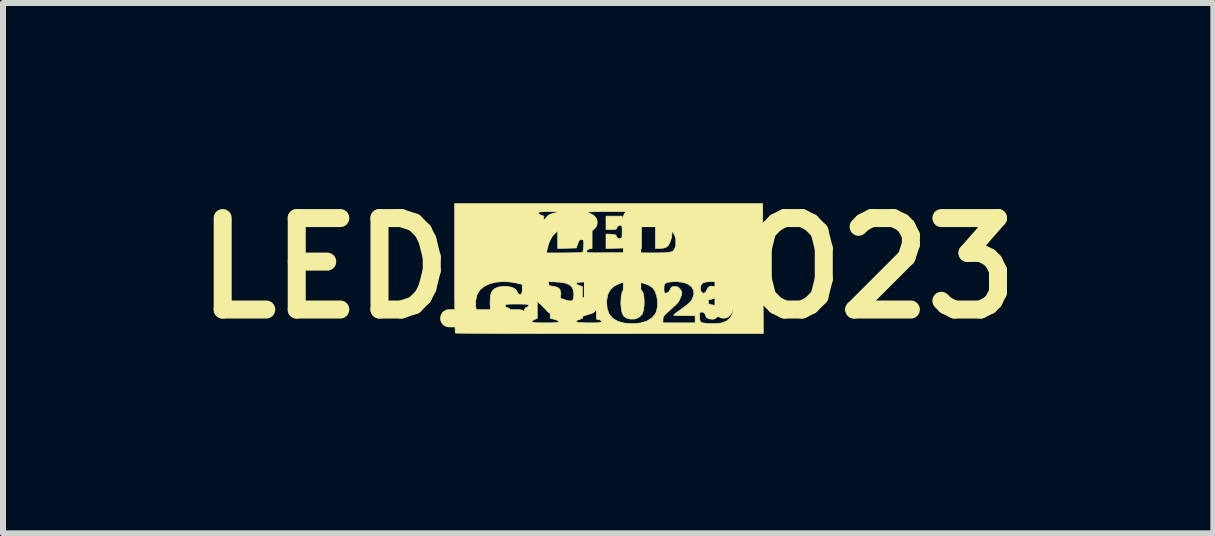
<source format=kicad_pcb>
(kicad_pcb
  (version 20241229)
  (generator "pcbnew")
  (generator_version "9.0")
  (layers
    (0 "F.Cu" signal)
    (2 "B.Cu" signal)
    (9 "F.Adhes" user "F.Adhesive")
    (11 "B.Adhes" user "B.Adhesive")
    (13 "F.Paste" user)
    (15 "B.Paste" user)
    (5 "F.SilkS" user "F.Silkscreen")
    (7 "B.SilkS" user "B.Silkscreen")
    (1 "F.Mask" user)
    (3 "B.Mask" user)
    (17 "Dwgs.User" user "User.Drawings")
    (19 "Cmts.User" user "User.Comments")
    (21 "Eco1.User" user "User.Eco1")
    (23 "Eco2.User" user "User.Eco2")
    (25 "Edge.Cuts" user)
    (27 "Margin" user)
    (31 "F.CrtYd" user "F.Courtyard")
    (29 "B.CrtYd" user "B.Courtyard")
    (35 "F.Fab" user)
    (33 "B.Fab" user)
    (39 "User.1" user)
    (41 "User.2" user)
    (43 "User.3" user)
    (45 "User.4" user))
  (footprint "LED_GPIO23"
    (layer "F.Cu")
    (at 7.083 1.418)
    (property "Reference" "LED_GPIO23" (at 0 0 0) (layer "F.SilkS") (effects (font (size 1.524 1.524) (thickness 0.3))))
    (attr through_hole)
    (fp_poly (pts (xy -0.901 0.304) (xy -0.841 0.321) (xy -0.804 0.354) (xy -0.789 0.409) (xy -0.788 0.434) (xy -0.799 0.499) (xy -0.833 0.544) (xy -0.888 0.566) (xy -0.913 0.568) (xy -0.966 0.568) (xy -0.966 0.295) (xy -0.901 0.304)) (stroke (width 0.01) (type solid)) (fill yes) (layer "F.SilkS"))
    (fp_poly (pts (xy 0.902 -0.857) (xy 0.966 -0.832) (xy 1.007 -0.797) (xy 1.009 -0.794) (xy 1.048 -0.705) (xy 1.065 -0.608) (xy 1.058 -0.516) (xy 1.055 -0.506) (xy 1.03 -0.43) (xy 1.002 -0.379) (xy 0.966 -0.348) (xy 0.915 -0.333) (xy 0.845 -0.329) (xy 0.787 -0.329) (xy 0.787 -0.867) (xy 0.829 -0.867) (xy 0.902 -0.857)) (stroke (width 0.01) (type solid)) (fill yes) (layer "F.SilkS"))
    (fp_poly (pts (xy 0.466 0.304) (xy 0.51 0.325) (xy 0.553 0.367) (xy 0.568 0.385) (xy 0.586 0.424) (xy 0.596 0.484) (xy 0.6 0.556) (xy 0.598 0.63) (xy 0.589 0.699) (xy 0.574 0.752) (xy 0.564 0.772) (xy 0.51 0.822) (xy 0.44 0.848) (xy 0.362 0.848) (xy 0.301 0.829) (xy 0.262 0.801) (xy 0.235 0.755) (xy 0.219 0.689) (xy 0.212 0.598) (xy 0.212 0.57) (xy 0.217 0.47) (xy 0.234 0.396) (xy 0.264 0.345) (xy 0.31 0.314) (xy 0.374 0.3) (xy 0.409 0.299) (xy 0.466 0.304)) (stroke (width 0.01) (type solid)) (fill yes) (layer "F.SilkS"))
    (fp_poly (pts (xy 2.58 0.007) (xy 2.585 1.09) (xy 0.026 1.091) (xy -0.274 1.091) (xy -0.564 1.09) (xy -0.842 1.09) (xy -1.107 1.09) (xy -1.355 1.089) (xy -1.586 1.089) (xy -1.796 1.088) (xy -1.985 1.087) (xy -2.15 1.086) (xy -2.289 1.085) (xy -2.4 1.084) (xy -2.481 1.083) (xy -2.531 1.082) (xy -2.546 1.081) (xy -2.548 1.065) (xy -2.55 1.021) (xy -2.551 0.952) (xy -2.553 0.861) (xy -2.554 0.749) (xy -2.556 0.619) (xy -2.556 0.583) (xy -2.207 0.583) (xy -2.206 0.646) (xy -2.198 0.69) (xy -2.181 0.726) (xy -2.161 0.755) (xy -2.095 0.826) (xy -2.018 0.877) (xy -1.926 0.909) (xy -1.815 0.924) (xy -1.681 0.922) (xy -1.567 0.911) (xy -1.501 0.901) (xy -1.448 0.89) (xy -1.419 0.879) (xy -1.419 0.879) (xy -1.404 0.852) (xy -1.396 0.798) (xy -1.395 0.762) (xy -1.394 0.707) (xy -1.389 0.676) (xy -1.377 0.66) (xy -1.359 0.653) (xy -1.33 0.637) (xy -1.324 0.621) (xy -1.328 0.611) (xy -1.346 0.604) (xy -1.383 0.6) (xy -1.445 0.598) (xy -1.52 0.598) (xy -1.607 0.598) (xy -1.663 0.6) (xy -1.696 0.604) (xy -1.712 0.611) (xy -1.717 0.622) (xy -1.717 0.626) (xy -1.702 0.652) (xy -1.677 0.66) (xy -1.654 0.666) (xy -1.641 0.683) (xy -1.634 0.717) (xy -1.631 0.75) (xy -1.63 0.798) (xy -1.635 0.826) (xy -1.649 0.839) (xy -1.664 0.844) (xy -1.724 0.85) (xy -1.794 0.842) (xy -1.856 0.823) (xy -1.891 0.802) (xy -1.928 0.764) (xy -1.951 0.723) (xy -1.963 0.672) (xy -1.967 0.603) (xy -1.968 0.578) (xy -1.964 0.491) (xy -1.953 0.426) (xy -1.931 0.38) (xy -1.897 0.346) (xy -1.883 0.337) (xy -1.824 0.314) (xy -1.753 0.304) (xy -1.679 0.305) (xy -1.61 0.318) (xy -1.556 0.341) (xy -1.526 0.373) (xy -1.523 0.381) (xy -1.505 0.421) (xy -1.476 0.44) (xy -1.457 0.438) (xy -1.439 0.42) (xy -1.432 0.376) (xy -1.431 0.351) (xy -1.431 0.271) (xy -1.514 0.251) (xy -1.284 0.251) (xy -1.274 0.269) (xy -1.239 0.287) (xy -1.236 0.288) (xy -1.181 0.305) (xy -1.181 0.837) (xy -1.225 0.854) (xy -1.258 0.873) (xy -1.27 0.891) (xy -1.262 0.9) (xy -1.236 0.906) (xy -1.187 0.91) (xy -1.109 0.911) (xy -1.046 0.911) (xy -0.95 0.911) (xy -0.884 0.908) (xy -0.844 0.904) (xy -0.826 0.897) (xy -0.823 0.891) (xy -0.834 0.879) (xy -0.535 0.879) (xy -0.533 0.889) (xy -0.528 0.895) (xy -0.505 0.903) (xy -0.451 0.908) (xy -0.37 0.911) (xy -0.312 0.911) (xy -0.222 0.911) (xy -0.162 0.909) (xy -0.126 0.904) (xy -0.11 0.897) (xy -0.107 0.889) (xy -0.123 0.869) (xy -0.152 0.858) (xy -0.197 0.848) (xy -0.197 0.575) (xy -0.025 0.575) (xy -0.016 0.675) (xy 0.012 0.755) (xy 0.062 0.82) (xy 0.095 0.849) (xy 0.17 0.889) (xy 0.269 0.915) (xy 0.385 0.924) (xy 0.51 0.917) (xy 0.545 0.911) (xy 0.912 0.911) (xy 1.449 0.911) (xy 1.449 0.792) (xy 1.27 0.792) (xy 1.195 0.791) (xy 1.135 0.789) (xy 1.099 0.786) (xy 1.091 0.783) (xy 1.103 0.769) (xy 1.522 0.769) (xy 1.524 0.817) (xy 1.524 0.818) (xy 1.528 0.867) (xy 1.537 0.893) (xy 1.554 0.906) (xy 1.583 0.913) (xy 1.661 0.922) (xy 1.752 0.924) (xy 1.839 0.92) (xy 1.899 0.911) (xy 1.975 0.879) (xy 2.034 0.828) (xy 2.069 0.765) (xy 2.075 0.725) (xy 2.07 0.679) (xy 2.051 0.643) (xy 2.012 0.604) (xy 1.976 0.57) (xy 1.961 0.55) (xy 1.966 0.534) (xy 1.983 0.517) (xy 2.023 0.461) (xy 2.035 0.398) (xy 2.019 0.336) (xy 1.979 0.283) (xy 1.931 0.254) (xy 1.867 0.235) (xy 1.788 0.225) (xy 1.706 0.224) (xy 1.632 0.23) (xy 1.58 0.246) (xy 1.578 0.247) (xy 1.55 0.277) (xy 1.537 0.318) (xy 1.538 0.361) (xy 1.553 0.397) (xy 1.58 0.417) (xy 1.592 0.418) (xy 1.621 0.405) (xy 1.636 0.377) (xy 1.66 0.328) (xy 1.695 0.303) (xy 1.727 0.299) (xy 1.78 0.311) (xy 1.813 0.348) (xy 1.824 0.408) (xy 1.825 0.412) (xy 1.821 0.455) (xy 1.807 0.48) (xy 1.775 0.499) (xy 1.772 0.5) (xy 1.726 0.516) (xy 1.69 0.523) (xy 1.69 0.523) (xy 1.669 0.532) (xy 1.667 0.563) (xy 1.667 0.564) (xy 1.675 0.59) (xy 1.696 0.605) (xy 1.742 0.613) (xy 1.75 0.614) (xy 1.811 0.626) (xy 1.845 0.649) (xy 1.858 0.691) (xy 1.86 0.722) (xy 1.848 0.772) (xy 1.816 0.816) (xy 1.773 0.845) (xy 1.74 0.851) (xy 1.676 0.844) (xy 1.638 0.822) (xy 1.62 0.783) (xy 1.607 0.748) (xy 1.584 0.734) (xy 1.563 0.732) (xy 1.538 0.734) (xy 1.526 0.744) (xy 1.522 0.769) (xy 1.103 0.769) (xy 1.104 0.769) (xy 1.135 0.743) (xy 1.157 0.727) (xy 1.238 0.668) (xy 1.297 0.624) (xy 1.338 0.59) (xy 1.366 0.562) (xy 1.386 0.537) (xy 1.397 0.521) (xy 1.427 0.444) (xy 1.426 0.375) (xy 1.393 0.315) (xy 1.334 0.268) (xy 1.249 0.237) (xy 1.142 0.224) (xy 1.128 0.224) (xy 1.062 0.227) (xy 1.003 0.234) (xy 0.976 0.241) (xy 0.949 0.255) (xy 0.935 0.275) (xy 0.931 0.312) (xy 0.93 0.34) (xy 0.931 0.386) (xy 0.937 0.409) (xy 0.952 0.417) (xy 0.97 0.416) (xy 1.006 0.399) (xy 1.031 0.359) (xy 1.049 0.323) (xy 1.074 0.309) (xy 1.11 0.306) (xy 1.156 0.312) (xy 1.188 0.335) (xy 1.203 0.354) (xy 1.222 0.384) (xy 1.228 0.409) (xy 1.223 0.441) (xy 1.208 0.487) (xy 1.189 0.531) (xy 1.163 0.572) (xy 1.123 0.615) (xy 1.064 0.669) (xy 1.046 0.685) (xy 0.985 0.738) (xy 0.946 0.777) (xy 0.924 0.806) (xy 0.915 0.832) (xy 0.913 0.855) (xy 0.912 0.911) (xy 0.545 0.911) (xy 0.555 0.91) (xy 0.646 0.881) (xy 0.725 0.831) (xy 0.782 0.767) (xy 0.803 0.725) (xy 0.821 0.64) (xy 0.822 0.549) (xy 0.808 0.461) (xy 0.781 0.385) (xy 0.742 0.328) (xy 0.74 0.326) (xy 0.672 0.281) (xy 0.58 0.249) (xy 0.474 0.23) (xy 0.364 0.225) (xy 0.26 0.235) (xy 0.194 0.253) (xy 0.101 0.299) (xy 0.035 0.36) (xy -0.006 0.438) (xy -0.024 0.537) (xy -0.025 0.575) (xy -0.197 0.575) (xy -0.197 0.299) (xy -0.152 0.29) (xy -0.115 0.272) (xy -0.107 0.252) (xy -0.11 0.24) (xy -0.12 0.232) (xy -0.146 0.227) (xy -0.192 0.226) (xy -0.264 0.226) (xy -0.316 0.227) (xy -0.414 0.23) (xy -0.481 0.235) (xy -0.519 0.242) (xy -0.532 0.251) (xy -0.523 0.269) (xy -0.487 0.287) (xy -0.485 0.288) (xy -0.429 0.305) (xy -0.429 0.837) (xy -0.478 0.855) (xy -0.519 0.87) (xy -0.535 0.879) (xy -0.834 0.879) (xy -0.838 0.875) (xy -0.877 0.858) (xy -0.894 0.853) (xy -0.966 0.836) (xy -0.966 0.646) (xy -0.83 0.64) (xy -0.76 0.636) (xy -0.714 0.63) (xy -0.682 0.617) (xy -0.652 0.596) (xy -0.633 0.579) (xy -0.598 0.543) (xy -0.58 0.512) (xy -0.573 0.471) (xy -0.572 0.436) (xy -0.579 0.368) (xy -0.603 0.316) (xy -0.645 0.277) (xy -0.71 0.25) (xy -0.801 0.234) (xy -0.921 0.227) (xy -1.038 0.227) (xy -1.143 0.23) (xy -1.216 0.234) (xy -1.26 0.24) (xy -1.281 0.248) (xy -1.284 0.251) (xy -1.514 0.251) (xy -1.528 0.248) (xy -1.641 0.229) (xy -1.761 0.224) (xy -1.874 0.234) (xy -1.962 0.255) (xy -2.065 0.303) (xy -2.138 0.364) (xy -2.185 0.441) (xy -2.206 0.537) (xy -2.207 0.583) (xy -2.556 0.583) (xy -2.557 0.474) (xy -2.557 0.315) (xy -2.558 0.146) (xy -2.558 -0.002) (xy -2.558 -0.919) (xy -1.163 -0.919) (xy -1.148 -0.897) (xy -1.118 -0.882) (xy -1.073 -0.867) (xy -1.073 -0.329) (xy -1.118 -0.32) (xy -1.155 -0.302) (xy -1.163 -0.282) (xy -1.161 -0.273) (xy -1.152 -0.266) (xy -1.133 -0.261) (xy -1.098 -0.257) (xy -1.042 -0.255) (xy -0.962 -0.254) (xy -0.852 -0.254) (xy -0.797 -0.254) (xy -0.686 -0.255) (xy -0.588 -0.256) (xy -0.509 -0.258) (xy -0.452 -0.261) (xy -0.425 -0.264) (xy -0.423 -0.265) (xy -0.418 -0.285) (xy -0.413 -0.325) (xy -0.409 -0.374) (xy -0.406 -0.426) (xy -0.409 -0.456) (xy -0.419 -0.47) (xy -0.439 -0.475) (xy -0.442 -0.475) (xy -0.467 -0.474) (xy -0.485 -0.457) (xy -0.502 -0.419) (xy -0.506 -0.408) (xy -0.531 -0.336) (xy -0.841 -0.328) (xy -0.841 -0.864) (xy -0.787 -0.879) (xy -0.75 -0.897) (xy -0.733 -0.917) (xy -0.733 -0.918) (xy -0.734 -0.919) (xy -0.358 -0.919) (xy -0.343 -0.897) (xy -0.313 -0.882) (xy -0.268 -0.867) (xy -0.268 -0.329) (xy -0.313 -0.32) (xy -0.35 -0.302) (xy -0.358 -0.282) (xy -0.356 -0.272) (xy -0.348 -0.265) (xy -0.33 -0.26) (xy -0.296 -0.257) (xy -0.243 -0.256) (xy -0.165 -0.256) (xy -0.058 -0.257) (xy 0.013 -0.257) (xy 0.385 -0.261) (xy 0.39 -0.363) (xy 0.392 -0.417) (xy 0.39 -0.447) (xy 0.381 -0.46) (xy 0.364 -0.462) (xy 0.355 -0.461) (xy 0.323 -0.448) (xy 0.301 -0.415) (xy 0.294 -0.396) (xy 0.274 -0.336) (xy 0.119 -0.332) (xy -0.036 -0.328) (xy -0.036 -0.569) (xy 0.049 -0.565) (xy 0.102 -0.56) (xy 0.129 -0.55) (xy 0.139 -0.531) (xy 0.14 -0.527) (xy 0.156 -0.5) (xy 0.189 -0.493) (xy 0.211 -0.495) (xy 0.224 -0.503) (xy 0.23 -0.525) (xy 0.232 -0.567) (xy 0.233 -0.606) (xy 0.232 -0.663) (xy 0.229 -0.697) (xy 0.221 -0.712) (xy 0.205 -0.716) (xy 0.192 -0.714) (xy 0.156 -0.697) (xy 0.146 -0.676) (xy 0.139 -0.656) (xy 0.118 -0.646) (xy 0.075 -0.643) (xy 0.052 -0.642) (xy -0.036 -0.642) (xy -0.036 -0.867) (xy 0.232 -0.867) (xy 0.246 -0.818) (xy 0.269 -0.779) (xy 0.301 -0.765) (xy 0.322 -0.764) (xy 0.334 -0.774) (xy 0.339 -0.801) (xy 0.34 -0.851) (xy 0.34 -0.919) (xy 0.465 -0.919) (xy 0.48 -0.897) (xy 0.51 -0.882) (xy 0.555 -0.867) (xy 0.555 -0.329) (xy 0.51 -0.32) (xy 0.473 -0.302) (xy 0.465 -0.282) (xy 0.467 -0.271) (xy 0.477 -0.264) (xy 0.5 -0.259) (xy 0.541 -0.256) (xy 0.606 -0.255) (xy 0.7 -0.254) (xy 0.738 -0.254) (xy 0.849 -0.255) (xy 0.932 -0.257) (xy 0.992 -0.262) (xy 1.037 -0.268) (xy 1.073 -0.279) (xy 1.083 -0.282) (xy 1.171 -0.328) (xy 1.233 -0.39) (xy 1.271 -0.471) (xy 1.286 -0.572) (xy 1.284 -0.633) (xy 1.271 -0.726) (xy 1.243 -0.797) (xy 1.195 -0.851) (xy 1.125 -0.894) (xy 1.101 -0.904) (xy 1.065 -0.918) (xy 1.03 -0.929) (xy 0.991 -0.935) (xy 0.938 -0.939) (xy 0.867 -0.941) (xy 0.768 -0.941) (xy 0.739 -0.941) (xy 0.633 -0.941) (xy 0.558 -0.939) (xy 0.508 -0.937) (xy 0.48 -0.932) (xy 0.467 -0.925) (xy 0.465 -0.919) (xy 0.34 -0.919) (xy 0.34 -0.941) (xy -0.009 -0.941) (xy -0.13 -0.941) (xy -0.221 -0.94) (xy -0.284 -0.938) (xy -0.325 -0.935) (xy -0.347 -0.93) (xy -0.357 -0.923) (xy -0.358 -0.919) (xy -0.734 -0.919) (xy -0.738 -0.928) (xy -0.756 -0.935) (xy -0.794 -0.939) (xy -0.855 -0.941) (xy -0.947 -0.941) (xy -0.948 -0.941) (xy -1.04 -0.941) (xy -1.102 -0.939) (xy -1.14 -0.935) (xy -1.158 -0.928) (xy -1.163 -0.919) (xy -2.558 -0.919) (xy -2.558 -1.076) (xy 2.575 -1.076) (xy 2.58 0.007)) (stroke (width 0.01) (type solid)) (fill yes) (layer "F.SilkS")))
  (gr_rect
    (start -3 -3)
    (end 17.166 5.836)
    (stroke (width 0.1) (type default))
    (fill no)
    (layer "Edge.Cuts")))
</source>
